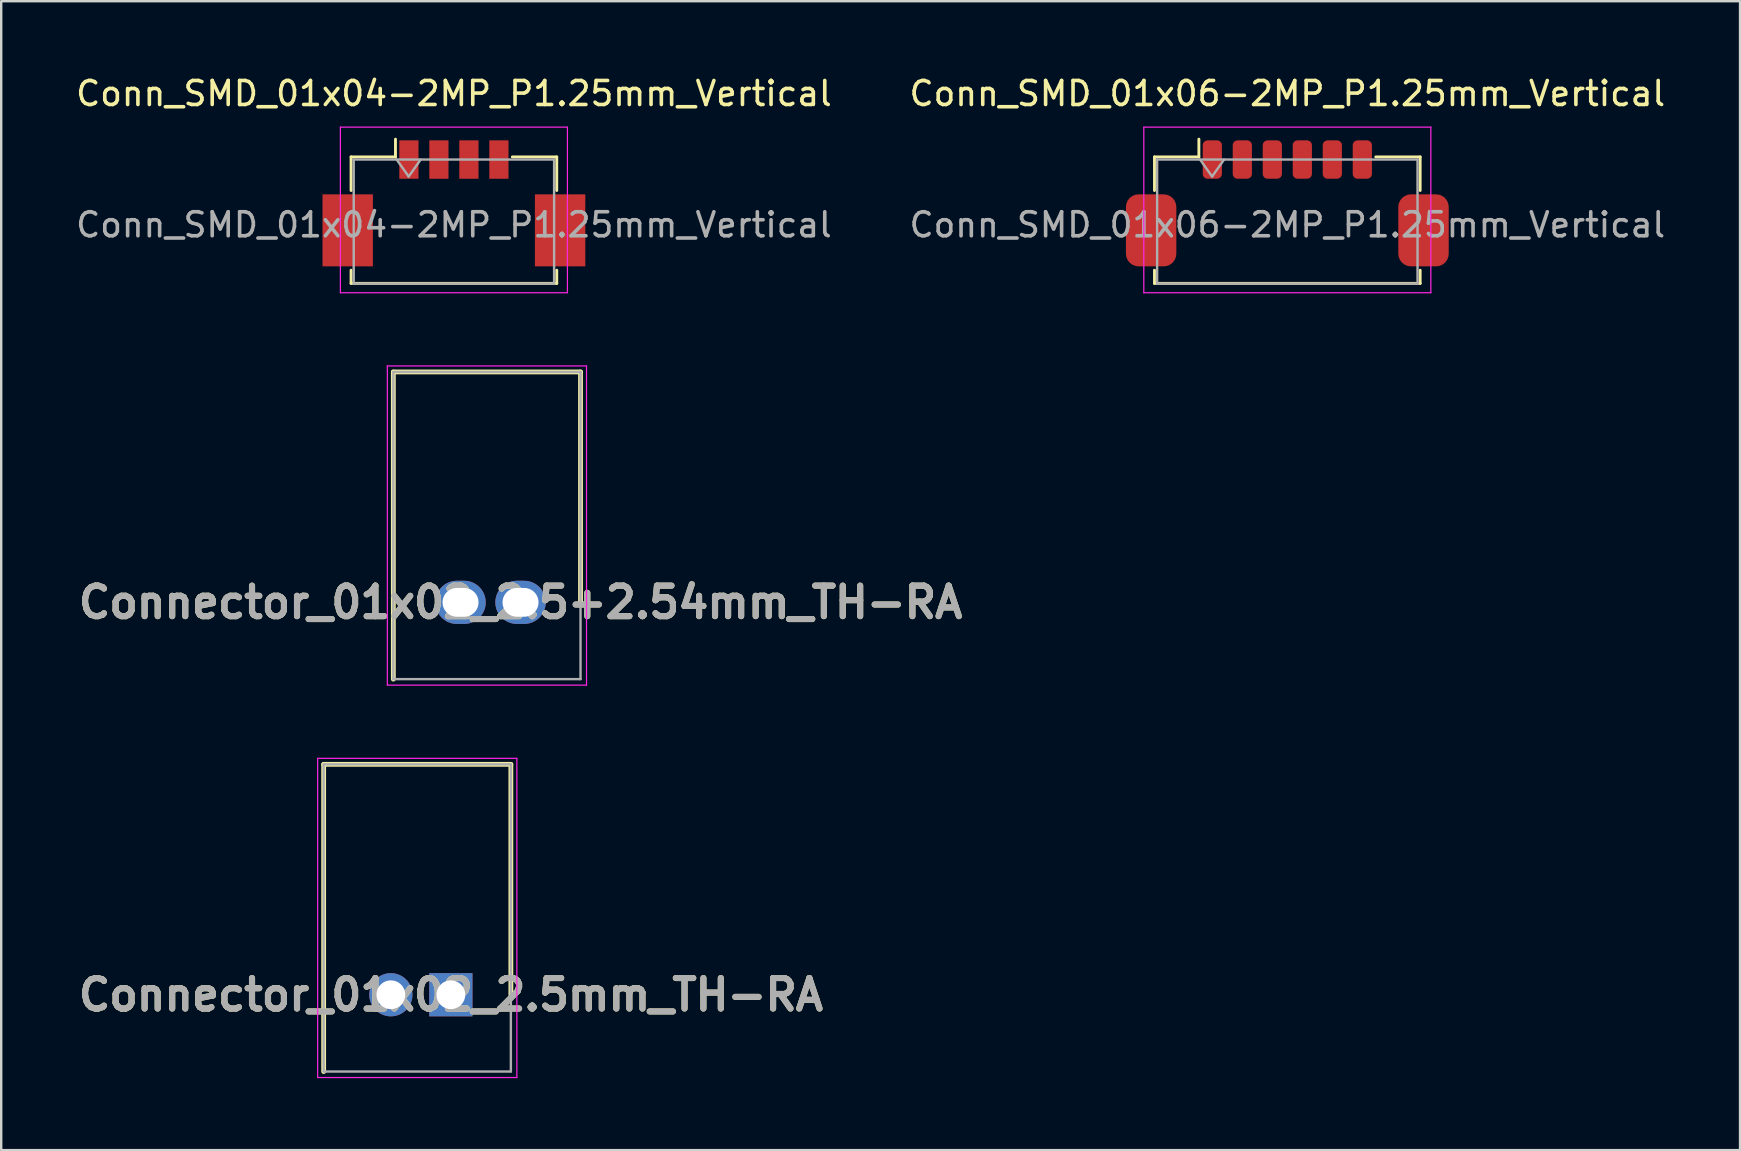
<source format=kicad_pcb>
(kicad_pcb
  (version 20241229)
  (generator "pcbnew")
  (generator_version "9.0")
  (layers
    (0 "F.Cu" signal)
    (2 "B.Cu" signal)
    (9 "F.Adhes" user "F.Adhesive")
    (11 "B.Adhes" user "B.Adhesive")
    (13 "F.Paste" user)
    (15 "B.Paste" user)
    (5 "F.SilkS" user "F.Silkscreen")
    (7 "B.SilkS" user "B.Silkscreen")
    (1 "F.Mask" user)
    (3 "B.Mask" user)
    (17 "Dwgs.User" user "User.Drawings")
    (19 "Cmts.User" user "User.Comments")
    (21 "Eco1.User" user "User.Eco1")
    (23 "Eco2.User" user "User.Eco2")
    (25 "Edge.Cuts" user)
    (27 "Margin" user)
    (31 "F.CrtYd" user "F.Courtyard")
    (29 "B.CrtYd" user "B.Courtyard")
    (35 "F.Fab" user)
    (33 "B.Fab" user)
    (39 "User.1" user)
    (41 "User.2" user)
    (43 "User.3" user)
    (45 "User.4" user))
  (footprint "Conn_SMD_01x06-2MP_P1.25mm_Vertical"
    (layer "F.Cu")
    (at 50.589 5.548)
    (property "Reference" "Conn_SMD_01x06-2MP_P1.25mm_Vertical" (at 0 -4.7 0) (layer "F.SilkS") (effects (font (size 1 1) (thickness 0.15))))
    (attr smd)
    (fp_line (start -5.535 -2.06) (end -3.685 -2.06) (stroke (width 0.12) (type solid)) (layer "F.SilkS"))
    (fp_line (start -5.535 -0.66) (end -5.535 -2.06) (stroke (width 0.12) (type solid)) (layer "F.SilkS"))
    (fp_line (start -5.535 3.21) (end -5.535 2.66) (stroke (width 0.12) (type solid)) (layer "F.SilkS"))
    (fp_line (start -5.535 3.21) (end 5.535 3.21) (stroke (width 0.12) (type solid)) (layer "F.SilkS"))
    (fp_line (start -3.685 -2.06) (end -3.685 -2.8) (stroke (width 0.12) (type solid)) (layer "F.SilkS"))
    (fp_line (start 5.535 -2.06) (end 3.685 -2.06) (stroke (width 0.12) (type solid)) (layer "F.SilkS"))
    (fp_line (start 5.535 -0.66) (end 5.535 -2.06) (stroke (width 0.12) (type solid)) (layer "F.SilkS"))
    (fp_line (start 5.535 3.21) (end 5.535 2.66) (stroke (width 0.12) (type solid)) (layer "F.SilkS"))
    (fp_line (start -5.98 -3.3) (end -5.98 3.6) (stroke (width 0.05) (type solid)) (layer "F.CrtYd"))
    (fp_line (start -5.98 3.6) (end 5.98 3.6) (stroke (width 0.05) (type solid)) (layer "F.CrtYd"))
    (fp_line (start 5.98 -3.3) (end -5.98 -3.3) (stroke (width 0.05) (type solid)) (layer "F.CrtYd"))
    (fp_line (start 5.98 3.6) (end 5.98 -3.3) (stroke (width 0.05) (type solid)) (layer "F.CrtYd"))
    (fp_line (start -5.425 -1.95) (end -5.425 3.22) (stroke (width 0.1) (type solid)) (layer "F.Fab"))
    (fp_line (start -3.135 -1.243) (end -3.635 -1.95) (stroke (width 0.1) (type solid)) (layer "F.Fab"))
    (fp_line (start -2.635 -1.95) (end -3.135 -1.243) (stroke (width 0.1) (type solid)) (layer "F.Fab"))
    (fp_line (start 5.425 -1.95) (end -5.425 -1.95) (stroke (width 0.1) (type solid)) (layer "F.Fab"))
    (fp_line (start 5.425 -1.95) (end 5.425 3.22) (stroke (width 0.1) (type solid)) (layer "F.Fab"))
    (fp_line (start 5.425 3.22) (end -5.425 3.22) (stroke (width 0.1) (type solid)) (layer "F.Fab"))
    (fp_text user "${REFERENCE}" (at 0 0.77 180) (layer "F.Fab") (effects (font (size 1 1) (thickness 0.15))))
    (pad "1" smd roundrect (at -3.125 -1.95 180) (size 0.8 1.6) (layers "F.Cu" "F.Mask" "F.Paste") (roundrect_rratio 0.25))
    (pad "2" smd roundrect (at -1.875 -1.95 180) (size 0.8 1.6) (layers "F.Cu" "F.Mask" "F.Paste") (roundrect_rratio 0.25))
    (pad "3" smd roundrect (at -0.625 -1.95 180) (size 0.8 1.6) (layers "F.Cu" "F.Mask" "F.Paste") (roundrect_rratio 0.25))
    (pad "4" smd roundrect (at 0.625 -1.95 180) (size 0.8 1.6) (layers "F.Cu" "F.Mask" "F.Paste") (roundrect_rratio 0.25))
    (pad "5" smd roundrect (at 1.875 -1.95 180) (size 0.8 1.6) (layers "F.Cu" "F.Mask" "F.Paste") (roundrect_rratio 0.25))
    (pad "6" smd roundrect (at 3.125 -1.95 180) (size 0.8 1.6) (layers "F.Cu" "F.Mask" "F.Paste") (roundrect_rratio 0.25))
    (pad "MP" smd roundrect (at -5.675 1 180) (size 2.1 3) (layers "F.Cu" "F.Mask" "F.Paste") (roundrect_rratio 0.25))
    (pad "MP" smd roundrect (at 5.675 1 180) (size 2.1 3) (layers "F.Cu" "F.Mask" "F.Paste") (roundrect_rratio 0.25)))
  (footprint "Connector_01x02_2.5+2.54mm_TH-RA"
    (layer "F.Cu")
    (at 18.639 22.048)
    (property "Reference" "Connector_01x02_2.5+2.54mm_TH-RA" (at 0 0 0) (layer "F.SilkS") (effects (font (size 1.27 1.27) (thickness 0.254))))
    (attr through_hole)
    (fp_line (start -5.3 -9.6) (end -5.3 3.2) (stroke (width 0.2) (type solid)) (layer "F.SilkS"))
    (fp_line (start 2.5 -9.6) (end -5.3 -9.6) (stroke (width 0.2) (type solid)) (layer "F.SilkS"))
    (fp_line (start 2.5 0) (end 2.5 -9.6) (stroke (width 0.2) (type solid)) (layer "F.SilkS"))
    (fp_line (start -5.55 -9.85) (end 2.75 -9.85) (stroke (width 0.05) (type solid)) (layer "F.CrtYd"))
    (fp_line (start -5.55 3.45) (end -5.55 -9.85) (stroke (width 0.05) (type solid)) (layer "F.CrtYd"))
    (fp_line (start 2.75 -9.85) (end 2.75 3.45) (stroke (width 0.05) (type solid)) (layer "F.CrtYd"))
    (fp_line (start 2.75 3.45) (end -5.55 3.45) (stroke (width 0.05) (type solid)) (layer "F.CrtYd"))
    (fp_line (start -5.3 -9.6) (end 2.5 -9.6) (stroke (width 0.1) (type solid)) (layer "F.Fab"))
    (fp_line (start -5.3 3.2) (end -5.3 -9.6) (stroke (width 0.1) (type solid)) (layer "F.Fab"))
    (fp_line (start 2.5 -9.6) (end 2.5 3.2) (stroke (width 0.1) (type solid)) (layer "F.Fab"))
    (fp_line (start 2.5 3.2) (end -5.3 3.2) (stroke (width 0.1) (type solid)) (layer "F.Fab"))
    (fp_text user "${REFERENCE}" (at 0 0 0) (layer "F.Fab") (effects (font (size 1.27 1.27) (thickness 0.254))))
    (pad "1" thru_hole oval (at 0 0) (size 2.1 1.8) (drill oval 1.5 1.2) (layers "*.Cu" "*.Mask"))
    (pad "2" thru_hole oval (at -2.5 0) (size 2.1 1.8) (drill oval 1.5 1.2) (layers "*.Cu" "*.Mask")))
  (footprint "Connector_01x02_2.5mm_TH-RA"
    (layer "F.Cu")
    (at 15.736 38.398)
    (property "Reference" "Connector_01x02_2.5mm_TH-RA" (at 0 0 0) (layer "F.SilkS") (effects (font (size 1.27 1.27) (thickness 0.254))))
    (attr through_hole)
    (fp_line (start -5.3 -9.6) (end -5.3 3.2) (stroke (width 0.2) (type solid)) (layer "F.SilkS"))
    (fp_line (start 2.5 -9.6) (end -5.3 -9.6) (stroke (width 0.2) (type solid)) (layer "F.SilkS"))
    (fp_line (start 2.5 0) (end 2.5 -9.6) (stroke (width 0.2) (type solid)) (layer "F.SilkS"))
    (fp_line (start -5.55 -9.85) (end 2.75 -9.85) (stroke (width 0.05) (type solid)) (layer "F.CrtYd"))
    (fp_line (start -5.55 3.45) (end -5.55 -9.85) (stroke (width 0.05) (type solid)) (layer "F.CrtYd"))
    (fp_line (start 2.75 -9.85) (end 2.75 3.45) (stroke (width 0.05) (type solid)) (layer "F.CrtYd"))
    (fp_line (start 2.75 3.45) (end -5.55 3.45) (stroke (width 0.05) (type solid)) (layer "F.CrtYd"))
    (fp_line (start -5.3 -9.6) (end 2.5 -9.6) (stroke (width 0.1) (type solid)) (layer "F.Fab"))
    (fp_line (start -5.3 3.2) (end -5.3 -9.6) (stroke (width 0.1) (type solid)) (layer "F.Fab"))
    (fp_line (start 2.5 -9.6) (end 2.5 3.2) (stroke (width 0.1) (type solid)) (layer "F.Fab"))
    (fp_line (start 2.5 3.2) (end -5.3 3.2) (stroke (width 0.1) (type solid)) (layer "F.Fab"))
    (fp_text user "${REFERENCE}" (at 0 0 0) (layer "F.Fab") (effects (font (size 1.27 1.27) (thickness 0.254))))
    (pad "1" thru_hole rect (at 0 0) (size 1.8 1.8) (drill 1.2) (layers "*.Cu" "*.Mask"))
    (pad "2" thru_hole circle (at -2.5 0) (size 1.8 1.8) (drill 1.2) (layers "*.Cu" "*.Mask")))
  (footprint "Conn_SMD_01x04-2MP_P1.25mm_Vertical"
    (layer "F.Cu")
    (at 15.863 5.548)
    (property "Reference" "Conn_SMD_01x04-2MP_P1.25mm_Vertical" (at 0 -4.7 0) (layer "F.SilkS") (effects (font (size 1 1) (thickness 0.15))))
    (attr smd)
    (fp_line (start -4.285 -2.06) (end -2.435 -2.06) (stroke (width 0.12) (type solid)) (layer "F.SilkS"))
    (fp_line (start -4.285 -0.66) (end -4.285 -2.06) (stroke (width 0.12) (type solid)) (layer "F.SilkS"))
    (fp_line (start -4.285 3.21) (end -4.285 2.66) (stroke (width 0.12) (type solid)) (layer "F.SilkS"))
    (fp_line (start -4.285 3.21) (end 4.285 3.21) (stroke (width 0.12) (type solid)) (layer "F.SilkS"))
    (fp_line (start -2.435 -2.06) (end -2.435 -2.8) (stroke (width 0.12) (type solid)) (layer "F.SilkS"))
    (fp_line (start 4.285 -2.06) (end 2.435 -2.06) (stroke (width 0.12) (type solid)) (layer "F.SilkS"))
    (fp_line (start 4.285 -0.66) (end 4.285 -2.06) (stroke (width 0.12) (type solid)) (layer "F.SilkS"))
    (fp_line (start 4.285 3.21) (end 4.285 2.66) (stroke (width 0.12) (type solid)) (layer "F.SilkS"))
    (fp_line (start -4.73 -3.3) (end -4.73 3.6) (stroke (width 0.05) (type solid)) (layer "F.CrtYd"))
    (fp_line (start -4.73 3.6) (end 4.73 3.6) (stroke (width 0.05) (type solid)) (layer "F.CrtYd"))
    (fp_line (start 4.73 -3.3) (end -4.73 -3.3) (stroke (width 0.05) (type solid)) (layer "F.CrtYd"))
    (fp_line (start 4.73 3.6) (end 4.73 -3.3) (stroke (width 0.05) (type solid)) (layer "F.CrtYd"))
    (fp_line (start -4.175 -1.95) (end -4.175 3.22) (stroke (width 0.1) (type solid)) (layer "F.Fab"))
    (fp_line (start -1.885 -1.243) (end -2.385 -1.95) (stroke (width 0.1) (type solid)) (layer "F.Fab"))
    (fp_line (start -1.385 -1.95) (end -1.885 -1.243) (stroke (width 0.1) (type solid)) (layer "F.Fab"))
    (fp_line (start 4.175 -1.95) (end -4.175 -1.95) (stroke (width 0.1) (type solid)) (layer "F.Fab"))
    (fp_line (start 4.175 -1.95) (end 4.175 3.22) (stroke (width 0.1) (type solid)) (layer "F.Fab"))
    (fp_line (start 4.175 3.22) (end -4.175 3.22) (stroke (width 0.1) (type solid)) (layer "F.Fab"))
    (fp_text user "${REFERENCE}" (at 0 0.77 180) (layer "F.Fab") (effects (font (size 1 1) (thickness 0.15))))
    (pad "1" smd rect (at -1.875 -1.95 180) (size 0.8 1.6) (layers "F.Cu" "F.Mask" "F.Paste"))
    (pad "2" smd rect (at -0.625 -1.95 180) (size 0.8 1.6) (layers "F.Cu" "F.Mask" "F.Paste"))
    (pad "3" smd rect (at 0.625 -1.95 180) (size 0.8 1.6) (layers "F.Cu" "F.Mask" "F.Paste"))
    (pad "4" smd rect (at 1.875 -1.95 180) (size 0.8 1.6) (layers "F.Cu" "F.Mask" "F.Paste"))
    (pad "MP" smd rect (at -4.425 1 180) (size 2.1 3) (layers "F.Cu" "F.Mask" "F.Paste"))
    (pad "MP" smd rect (at 4.425 1 180) (size 2.1 3) (layers "F.Cu" "F.Mask" "F.Paste")))
  (gr_rect
    (start -3 -3)
    (end 69.452 44.873)
    (stroke (width 0.1) (type default))
    (fill no)
    (layer "Edge.Cuts")))
</source>
